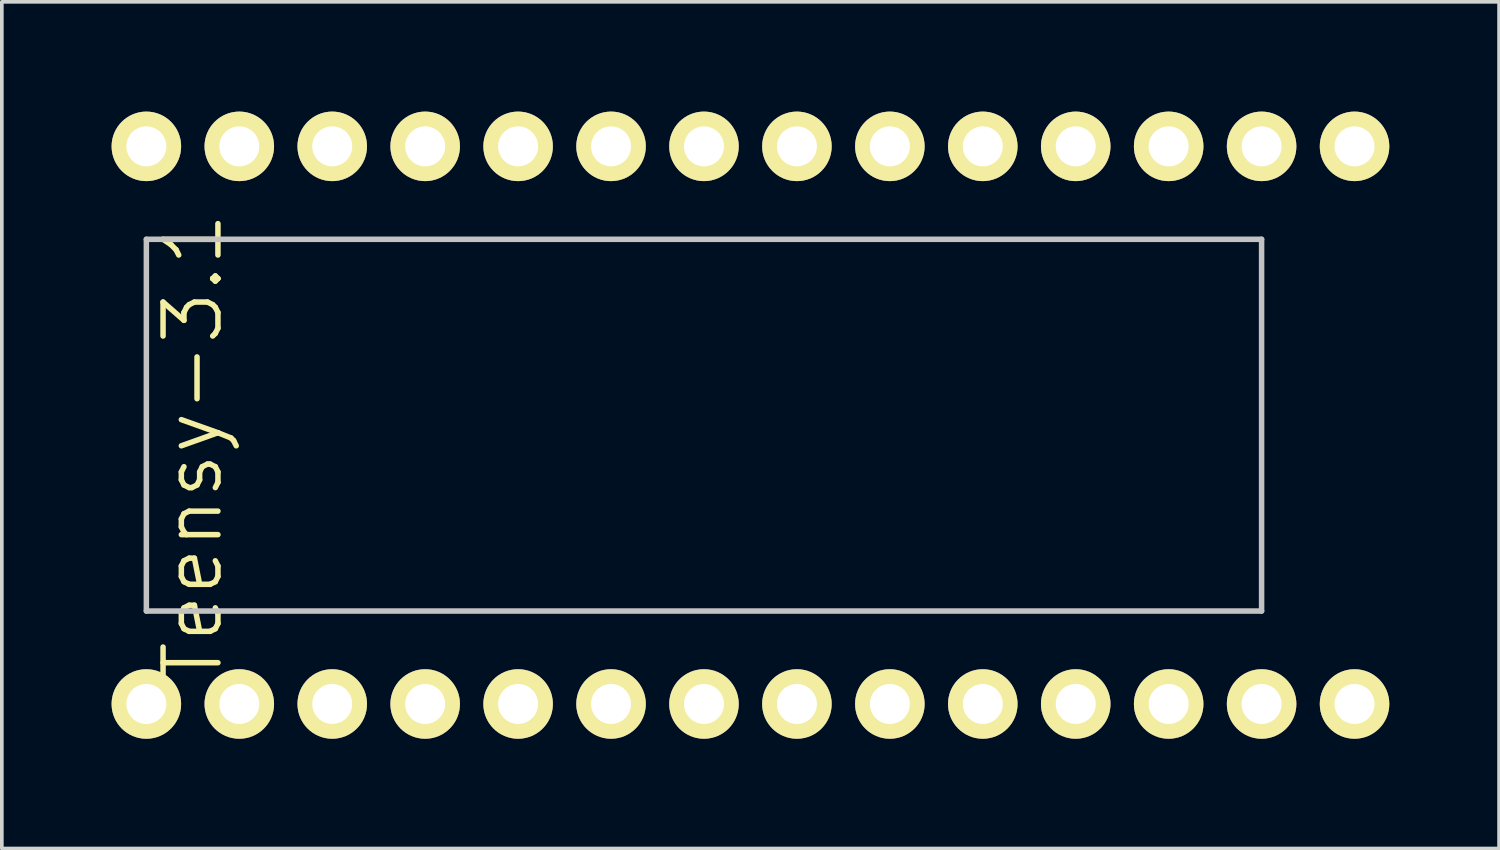
<source format=kicad_pcb>
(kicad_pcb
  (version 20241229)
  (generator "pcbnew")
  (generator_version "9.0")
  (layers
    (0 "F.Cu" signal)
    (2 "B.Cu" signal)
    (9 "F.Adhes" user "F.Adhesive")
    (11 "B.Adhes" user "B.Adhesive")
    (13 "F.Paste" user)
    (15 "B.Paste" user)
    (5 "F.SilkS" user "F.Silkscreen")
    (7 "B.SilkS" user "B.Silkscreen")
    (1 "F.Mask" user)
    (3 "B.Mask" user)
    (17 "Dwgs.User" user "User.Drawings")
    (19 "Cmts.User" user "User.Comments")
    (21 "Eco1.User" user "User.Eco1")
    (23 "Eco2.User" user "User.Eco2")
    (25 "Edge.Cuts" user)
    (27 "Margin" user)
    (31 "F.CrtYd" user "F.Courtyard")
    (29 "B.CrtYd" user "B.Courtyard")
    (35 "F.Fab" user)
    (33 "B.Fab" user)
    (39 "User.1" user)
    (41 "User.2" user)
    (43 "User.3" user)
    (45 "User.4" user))
  (footprint "Teensy-3.1"
    (layer "F.Cu")
    (at 3.49 16.19)
    (property "Reference" "Teensy-3.1" (at -1.27 -6.985 270) (layer "F.SilkS") (effects (font (size 1.5 1.5) (thickness 0.15))))
    (attr through_hole)
    (fp_line (start -2.54 -12.7) (end 27.94 -12.7) (stroke (width 0.15) (type solid)) (layer "Dwgs.User"))
    (fp_line (start -2.54 -2.54) (end -2.54 -12.7) (stroke (width 0.15) (type solid)) (layer "Dwgs.User"))
    (fp_line (start 27.94 -12.7) (end 27.94 -2.54) (stroke (width 0.15) (type solid)) (layer "Dwgs.User"))
    (fp_line (start 27.94 -2.54) (end -2.54 -2.54) (stroke (width 0.15) (type solid)) (layer "Dwgs.User"))
    (pad "0" thru_hole circle (at 0 0) (size 1.9 1.9) (drill 1.092) (layers "*.Cu" "*.Mask" "F.SilkS"))
    (pad "1" thru_hole circle (at 2.54 0) (size 1.9 1.9) (drill 1.092) (layers "*.Cu" "*.Mask" "F.SilkS"))
    (pad "2" thru_hole circle (at 5.08 0) (size 1.9 1.9) (drill 1.092) (layers "*.Cu" "*.Mask" "F.SilkS"))
    (pad "3" thru_hole circle (at 7.62 0) (size 1.9 1.9) (drill 1.092) (layers "*.Cu" "*.Mask" "F.SilkS"))
    (pad "4" thru_hole circle (at 10.16 0) (size 1.9 1.9) (drill 1.092) (layers "*.Cu" "*.Mask" "F.SilkS"))
    (pad "5" thru_hole circle (at 12.7 0) (size 1.9 1.9) (drill 1.092) (layers "*.Cu" "*.Mask" "F.SilkS"))
    (pad "6" thru_hole circle (at 15.24 0) (size 1.9 1.9) (drill 1.092) (layers "*.Cu" "*.Mask" "F.SilkS"))
    (pad "7" thru_hole circle (at 17.78 0) (size 1.9 1.9) (drill 1.092) (layers "*.Cu" "*.Mask" "F.SilkS"))
    (pad "8" thru_hole circle (at 20.32 0) (size 1.9 1.9) (drill 1.092) (layers "*.Cu" "*.Mask" "F.SilkS"))
    (pad "9" thru_hole circle (at 22.86 0) (size 1.9 1.9) (drill 1.092) (layers "*.Cu" "*.Mask" "F.SilkS"))
    (pad "10" thru_hole circle (at 25.4 0) (size 1.9 1.9) (drill 1.092) (layers "*.Cu" "*.Mask" "F.SilkS"))
    (pad "11" thru_hole circle (at 27.94 0) (size 1.9 1.9) (drill 1.092) (layers "*.Cu" "*.Mask" "F.SilkS"))
    (pad "12" thru_hole circle (at 30.48 0) (size 1.9 1.9) (drill 1.092) (layers "*.Cu" "*.Mask" "F.SilkS"))
    (pad "13" thru_hole circle (at 30.48 -15.24) (size 1.9 1.9) (drill 1.092) (layers "*.Cu" "*.Mask" "F.SilkS"))
    (pad "14" thru_hole circle (at 27.94 -15.24) (size 1.9 1.9) (drill 1.092) (layers "*.Cu" "*.Mask" "F.SilkS"))
    (pad "15" thru_hole circle (at 25.4 -15.24) (size 1.9 1.9) (drill 1.092) (layers "*.Cu" "*.Mask" "F.SilkS"))
    (pad "16" thru_hole circle (at 22.86 -15.24) (size 1.9 1.9) (drill 1.092) (layers "*.Cu" "*.Mask" "F.SilkS"))
    (pad "17" thru_hole circle (at 20.32 -15.24) (size 1.9 1.9) (drill 1.092) (layers "*.Cu" "*.Mask" "F.SilkS"))
    (pad "18" thru_hole circle (at 17.78 -15.24) (size 1.9 1.9) (drill 1.092) (layers "*.Cu" "*.Mask" "F.SilkS"))
    (pad "19" thru_hole circle (at 15.24 -15.24) (size 1.9 1.9) (drill 1.092) (layers "*.Cu" "*.Mask" "F.SilkS"))
    (pad "20" thru_hole circle (at 12.7 -15.24) (size 1.9 1.9) (drill 1.092) (layers "*.Cu" "*.Mask" "F.SilkS"))
    (pad "21" thru_hole circle (at 10.16 -15.24) (size 1.9 1.9) (drill 1.092) (layers "*.Cu" "*.Mask" "F.SilkS"))
    (pad "22" thru_hole circle (at 7.62 -15.24) (size 1.9 1.9) (drill 1.092) (layers "*.Cu" "*.Mask" "F.SilkS"))
    (pad "23" thru_hole circle (at 5.08 -15.24) (size 1.9 1.9) (drill 1.092) (layers "*.Cu" "*.Mask" "F.SilkS"))
    (pad "24" thru_hole circle (at 2.54 -15.24) (size 1.9 1.9) (drill 1.092) (layers "*.Cu" "*.Mask" "F.SilkS"))
    (pad "25" thru_hole circle (at 0 -15.24) (size 1.9 1.9) (drill 1.092) (layers "*.Cu" "*.Mask" "F.SilkS"))
    (pad "26" thru_hole circle (at -2.54 -15.24) (size 1.9 1.9) (drill 1.092) (layers "*.Cu" "*.Mask" "F.SilkS"))
    (pad "27" thru_hole circle (at -2.54 0) (size 1.9 1.9) (drill 1.092) (layers "*.Cu" "*.Mask" "F.SilkS")))
  (gr_rect
    (start -3 -3)
    (end 37.92 20.14)
    (stroke (width 0.1) (type default))
    (fill no)
    (layer "Edge.Cuts")))
</source>
